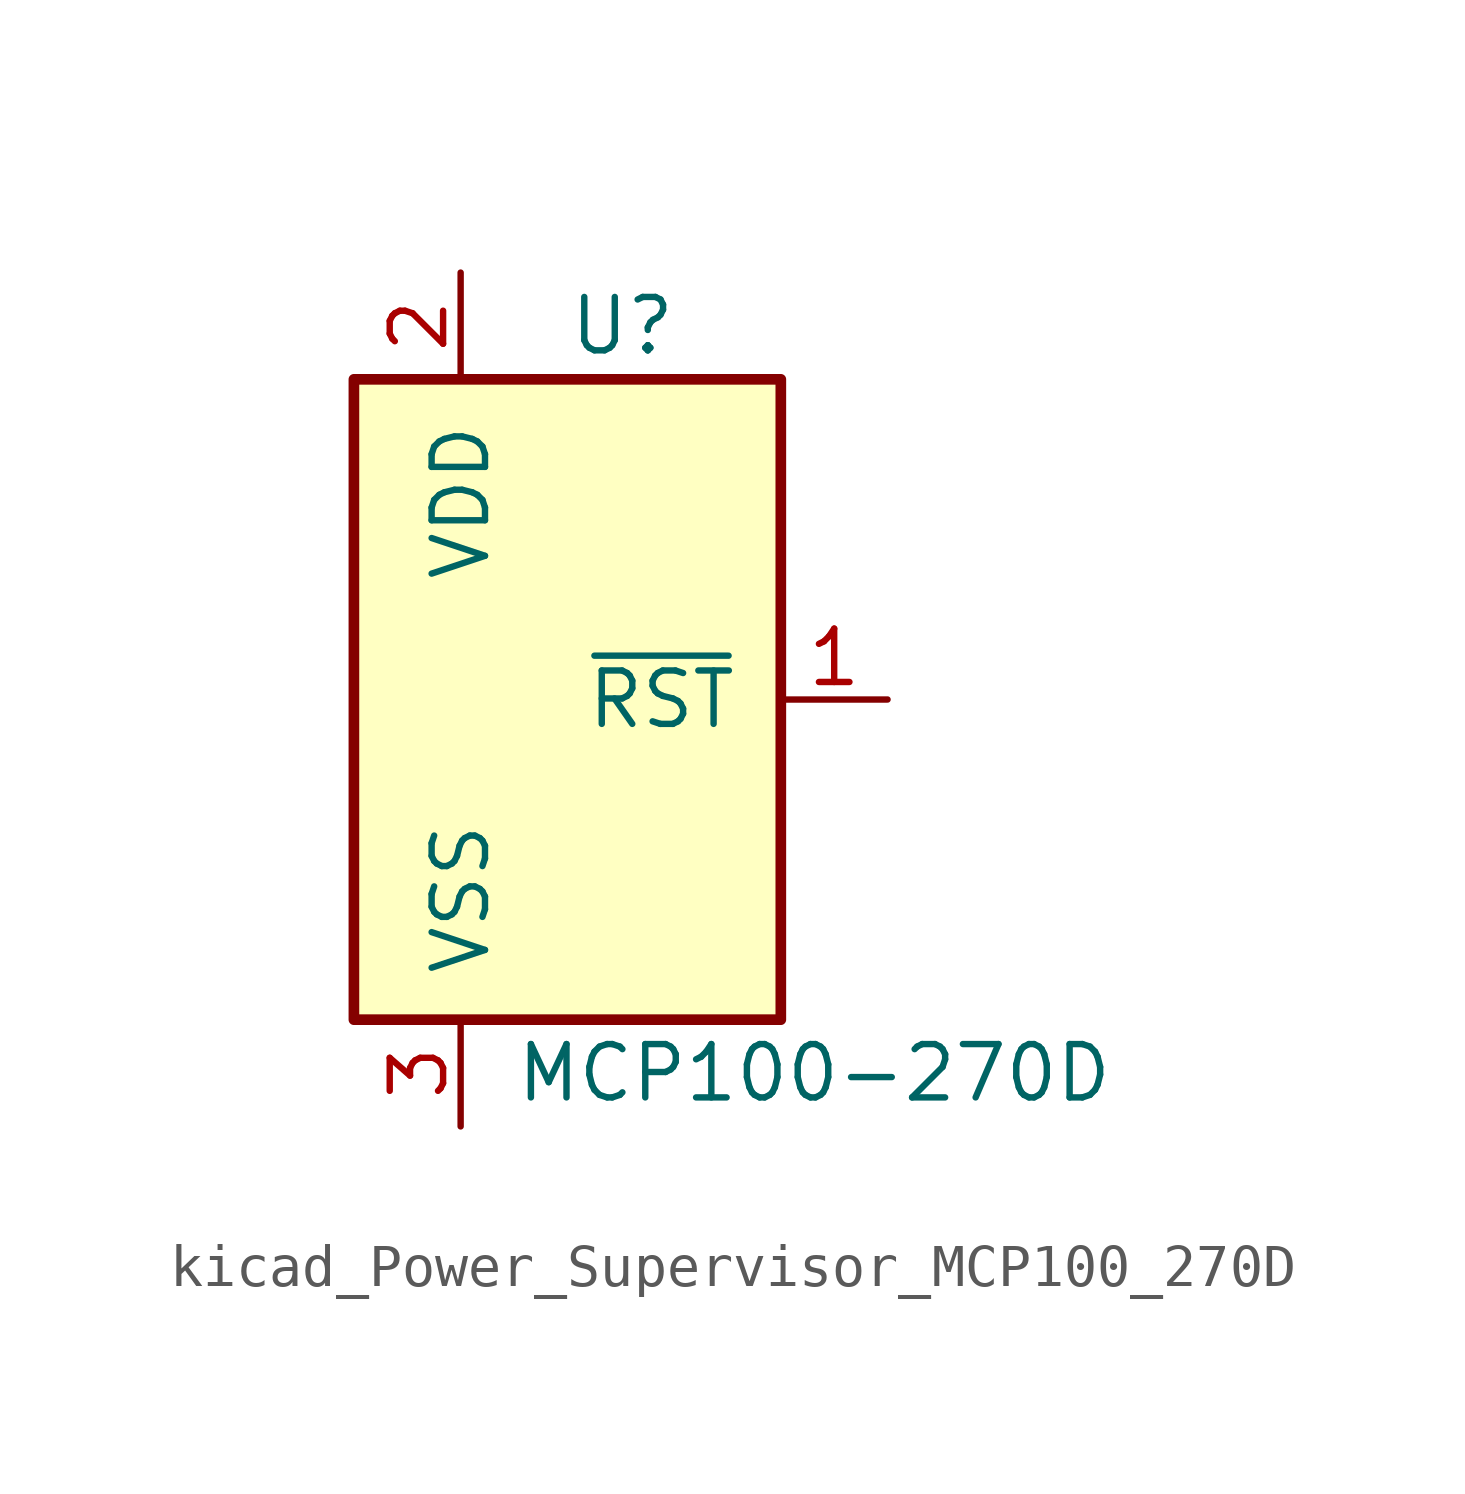
<source format=kicad_sym>
(kicad_symbol_lib
  (version 20220914)
  (generator kicad_symbol_editor)
  (symbol "kicad_Power_Supervisor_MCP100_270D"
    (pin_names
      (offset 1.016))
    (property "Reference" "U"
      (at 0 8.89 0)
      (effects (font (size 1.27 1.27)) (justify left)))
    (property "Value" "MCP100-270D"
      (at -1.27 -8.89 0)
      (effects (font (size 1.27 1.27)) (justify left)))
    (symbol "kicad_Power_Supervisor_MCP100_270D_1_1"
      (rectangle (start -5.08 7.62) (end 5.08 -7.62) (stroke (width 0.254) (type default)) (fill (type background)))
      (pin output line (at 7.62 0 180) (length 2.54) (name "~{RST}" (effects (font (size 1.27 1.27)))) (number "1" (effects (font (size 1.27 1.27)))))
      (pin power_in line (at -2.54 10.16 270) (length 2.54) (name "VDD" (effects (font (size 1.27 1.27)))) (number "2" (effects (font (size 1.27 1.27)))))
      (pin power_in line (at -2.54 -10.16 90) (length 2.54) (name "VSS" (effects (font (size 1.27 1.27)))) (number "3" (effects (font (size 1.27 1.27))))))))
</source>
